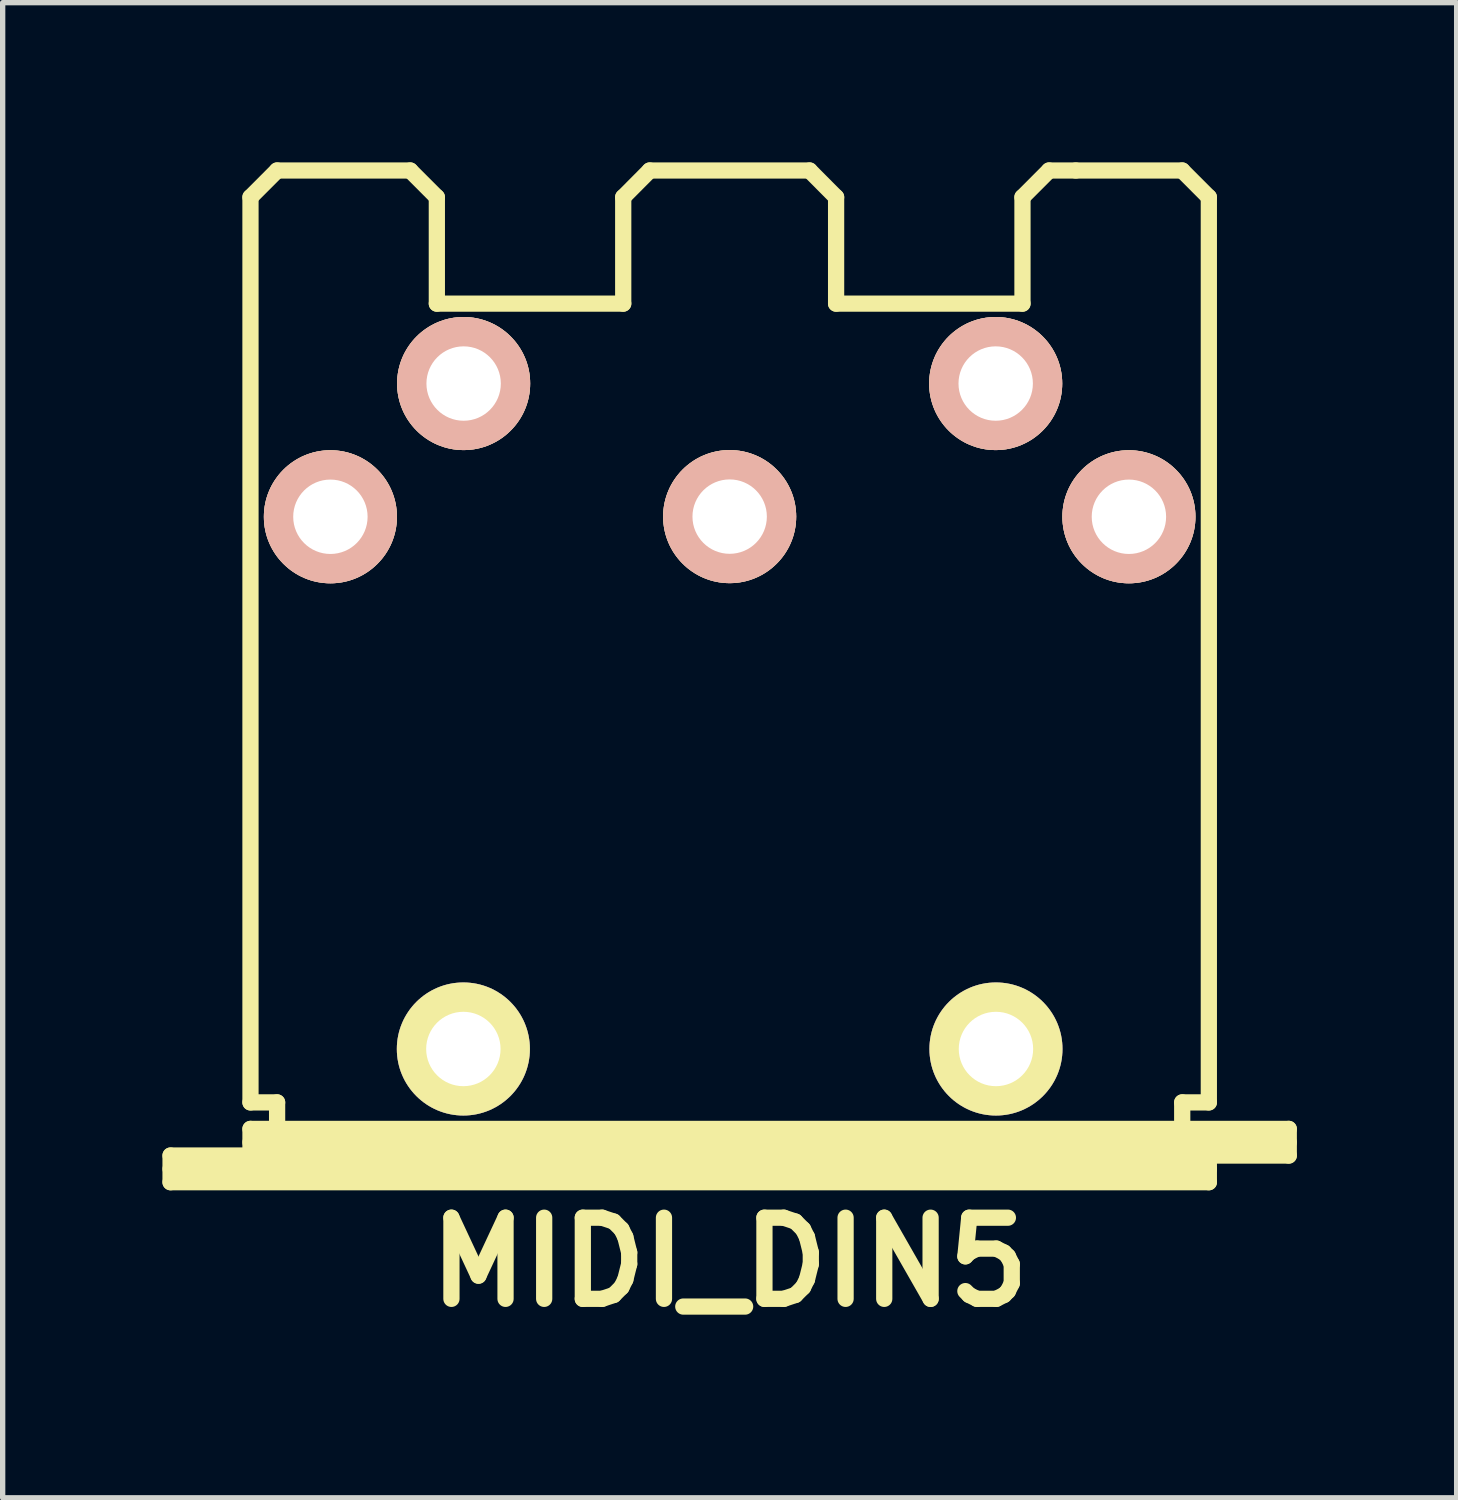
<source format=kicad_pcb>
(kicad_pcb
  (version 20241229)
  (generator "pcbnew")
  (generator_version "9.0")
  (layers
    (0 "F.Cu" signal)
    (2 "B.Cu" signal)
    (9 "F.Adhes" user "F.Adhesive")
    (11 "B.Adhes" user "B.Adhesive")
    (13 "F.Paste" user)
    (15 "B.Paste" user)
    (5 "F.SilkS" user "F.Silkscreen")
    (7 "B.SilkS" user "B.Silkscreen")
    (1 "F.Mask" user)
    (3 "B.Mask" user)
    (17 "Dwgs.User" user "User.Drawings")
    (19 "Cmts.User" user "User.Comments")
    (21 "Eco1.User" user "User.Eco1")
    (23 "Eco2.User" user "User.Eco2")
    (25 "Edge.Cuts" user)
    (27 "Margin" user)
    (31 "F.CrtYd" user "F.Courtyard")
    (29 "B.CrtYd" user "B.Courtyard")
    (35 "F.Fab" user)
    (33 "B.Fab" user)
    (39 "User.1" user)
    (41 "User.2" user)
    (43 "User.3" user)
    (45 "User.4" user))
  (footprint "MIDI_DIN5"
    (layer "F.Cu")
    (at 10.653 9.652)
    (property "Reference" "MIDI_DIN5" (at 0 11.001 0) (layer "F.SilkS") (effects (font (size 1.524 1.524) (thickness 0.305))))
    (attr through_hole)
    (fp_line (start -10.5 8.999) (end -8.999 8.999) (stroke (width 0.305) (type solid)) (layer "F.SilkS"))
    (fp_line (start -10.5 9.251) (end 8.999 9.251) (stroke (width 0.305) (type solid)) (layer "F.SilkS"))
    (fp_line (start -10.5 9.5) (end -10.5 8.999) (stroke (width 0.305) (type solid)) (layer "F.SilkS"))
    (fp_line (start -8.999 -8.999) (end -8.999 8.001) (stroke (width 0.305) (type solid)) (layer "F.SilkS"))
    (fp_line (start -8.999 -8.999) (end -8.499 -9.5) (stroke (width 0.305) (type solid)) (layer "F.SilkS"))
    (fp_line (start -8.999 8.001) (end -8.499 8.001) (stroke (width 0.305) (type solid)) (layer "F.SilkS"))
    (fp_line (start -8.999 8.499) (end 10.5 8.499) (stroke (width 0.305) (type solid)) (layer "F.SilkS"))
    (fp_line (start -8.999 8.75) (end 10.5 8.75) (stroke (width 0.305) (type solid)) (layer "F.SilkS"))
    (fp_line (start -8.999 8.999) (end -8.999 8.499) (stroke (width 0.305) (type solid)) (layer "F.SilkS"))
    (fp_line (start -8.499 -9.5) (end -5.999 -9.5) (stroke (width 0.305) (type solid)) (layer "F.SilkS"))
    (fp_line (start -8.499 8.001) (end -8.499 8.499) (stroke (width 0.305) (type solid)) (layer "F.SilkS"))
    (fp_line (start -5.999 -9.5) (end -5.499 -8.999) (stroke (width 0.305) (type solid)) (layer "F.SilkS"))
    (fp_line (start -5.499 -8.999) (end -5.499 -7) (stroke (width 0.305) (type solid)) (layer "F.SilkS"))
    (fp_line (start -5.499 -7) (end -1.999 -7) (stroke (width 0.305) (type solid)) (layer "F.SilkS"))
    (fp_line (start -1.999 -8.999) (end -1.999 -7) (stroke (width 0.305) (type solid)) (layer "F.SilkS"))
    (fp_line (start -1.501 -9.5) (end -1.999 -8.999) (stroke (width 0.305) (type solid)) (layer "F.SilkS"))
    (fp_line (start -1.501 -9.5) (end 1.501 -9.5) (stroke (width 0.305) (type solid)) (layer "F.SilkS"))
    (fp_line (start 1.501 -9.5) (end 1.999 -8.999) (stroke (width 0.305) (type solid)) (layer "F.SilkS"))
    (fp_line (start 1.999 -8.999) (end 1.999 -7) (stroke (width 0.305) (type solid)) (layer "F.SilkS"))
    (fp_line (start 5.499 -8.999) (end 5.499 -7) (stroke (width 0.305) (type solid)) (layer "F.SilkS"))
    (fp_line (start 5.499 -7) (end 1.999 -7) (stroke (width 0.305) (type solid)) (layer "F.SilkS"))
    (fp_line (start 5.999 -9.5) (end 5.499 -8.999) (stroke (width 0.305) (type solid)) (layer "F.SilkS"))
    (fp_line (start 6.5 -9.5) (end 5.999 -9.5) (stroke (width 0.305) (type solid)) (layer "F.SilkS"))
    (fp_line (start 8.499 -9.5) (end 6.5 -9.5) (stroke (width 0.305) (type solid)) (layer "F.SilkS"))
    (fp_line (start 8.499 8.499) (end 8.499 8.001) (stroke (width 0.305) (type solid)) (layer "F.SilkS"))
    (fp_line (start 8.999 -8.999) (end 8.499 -9.5) (stroke (width 0.305) (type solid)) (layer "F.SilkS"))
    (fp_line (start 8.999 -8.999) (end 8.999 8.001) (stroke (width 0.305) (type solid)) (layer "F.SilkS"))
    (fp_line (start 8.999 8.001) (end 8.499 8.001) (stroke (width 0.305) (type solid)) (layer "F.SilkS"))
    (fp_line (start 8.999 8.999) (end -8.999 8.999) (stroke (width 0.305) (type solid)) (layer "F.SilkS"))
    (fp_line (start 8.999 8.999) (end 8.999 9.5) (stroke (width 0.305) (type solid)) (layer "F.SilkS"))
    (fp_line (start 8.999 9.5) (end -10.5 9.5) (stroke (width 0.305) (type solid)) (layer "F.SilkS"))
    (fp_line (start 10.5 8.499) (end 10.5 8.999) (stroke (width 0.305) (type solid)) (layer "F.SilkS"))
    (fp_line (start 10.5 8.999) (end 8.999 8.999) (stroke (width 0.305) (type solid)) (layer "F.SilkS"))
    (pad "" np_thru_hole circle (at -5.001 6.998) (size 2.499 2.499) (drill 1.397) (layers "*.Cu" "*.Mask" "F.SilkS"))
    (pad "" np_thru_hole circle (at 5.001 6.998) (size 2.499 2.499) (drill 1.397) (layers "*.Cu" "*.Mask" "F.SilkS"))
    (pad "1" thru_hole circle (at 7.498 -2.997) (size 2.499 2.499) (drill 1.397) (layers "*.Cu" "*.SilkS" "*.Mask"))
    (pad "2" thru_hole circle (at 0 -3) (size 2.499 2.499) (drill 1.397) (layers "*.Cu" "*.SilkS" "*.Mask"))
    (pad "3" thru_hole circle (at -7.498 -2.997) (size 2.499 2.499) (drill 1.397) (layers "*.Cu" "*.SilkS" "*.Mask"))
    (pad "4" thru_hole circle (at 4.996 -5.499) (size 2.499 2.499) (drill 1.397) (layers "*.Cu" "*.SilkS" "*.Mask"))
    (pad "5" thru_hole circle (at -4.996 -5.499) (size 2.499 2.499) (drill 1.397) (layers "*.Cu" "*.SilkS" "*.Mask")))
  (gr_rect
    (start -3 -3)
    (end 24.306 25.079)
    (stroke (width 0.1) (type default))
    (fill no)
    (layer "Edge.Cuts")))
</source>
